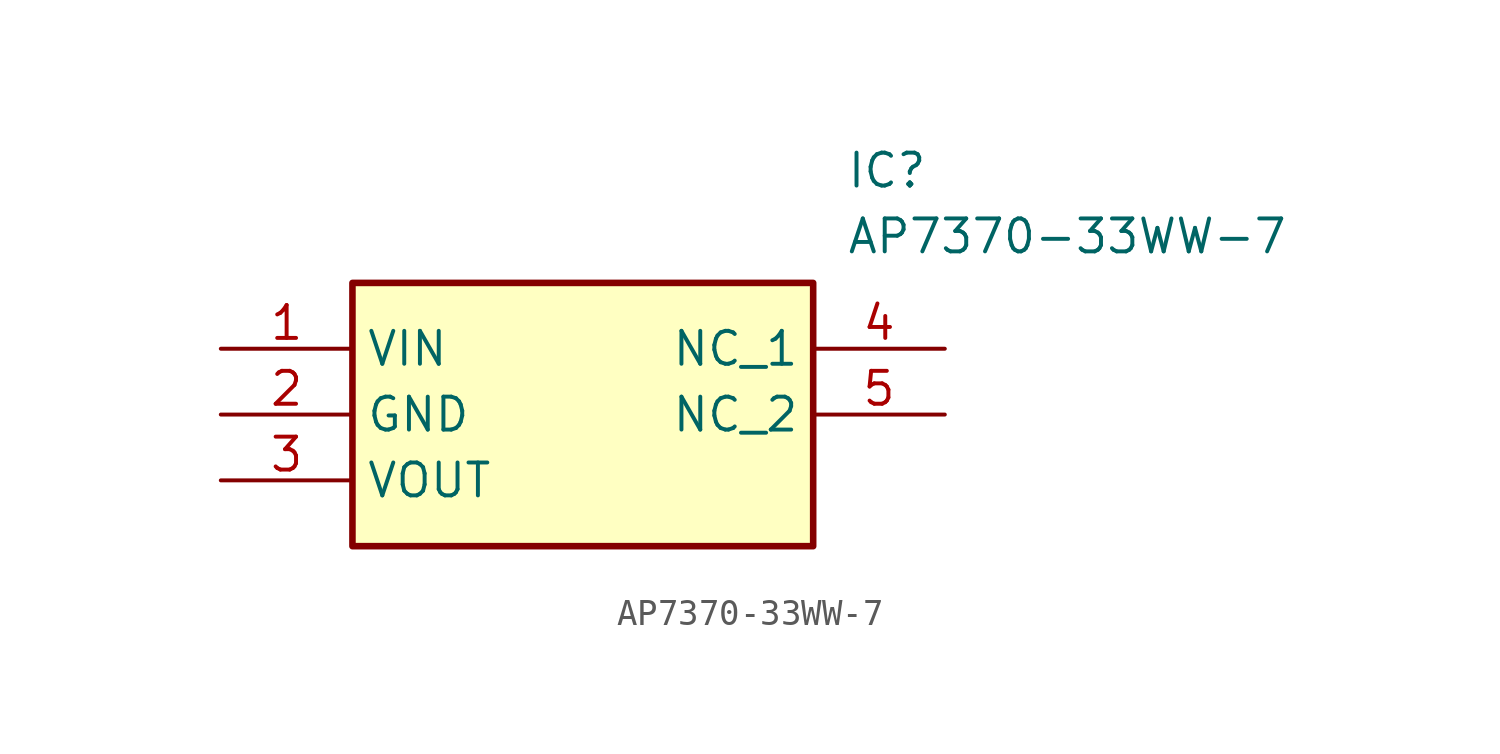
<source format=kicad_sym>
(kicad_symbol_lib
  (version 20211014)
  (generator SamacSys_ECAD_Model)
  (symbol "AP7370-33WW-7"
    (property "Reference" "IC"
      (at 24.13 7.62 0)
      (effects (font (size 1.27 1.27)) (justify left top)))
    (property "Value" "AP7370-33WW-7"
      (at 24.13 5.08 0)
      (effects (font (size 1.27 1.27)) (justify left top)))
    (rectangle
      (start 5.08 2.54)
      (end 22.86 -7.62)
      (stroke (width 0.254) (type default))
      (fill (type background)))
    (pin passive line
      (at 0 0 0)
      (length 5.08)
      (name "VIN" (effects (font (size 1.27 1.27))))
      (number "1" (effects (font (size 1.27 1.27)))))
    (pin passive line
      (at 0 -2.54 0)
      (length 5.08)
      (name "GND" (effects (font (size 1.27 1.27))))
      (number "2" (effects (font (size 1.27 1.27)))))
    (pin passive line
      (at 0 -5.08 0)
      (length 5.08)
      (name "VOUT" (effects (font (size 1.27 1.27))))
      (number "3" (effects (font (size 1.27 1.27)))))
    (pin passive line
      (at 27.94 0 180)
      (length 5.08)
      (name "NC_1" (effects (font (size 1.27 1.27))))
      (number "4" (effects (font (size 1.27 1.27)))))
    (pin passive line
      (at 27.94 -2.54 180)
      (length 5.08)
      (name "NC_2" (effects (font (size 1.27 1.27))))
      (number "5" (effects (font (size 1.27 1.27)))))))
</source>
